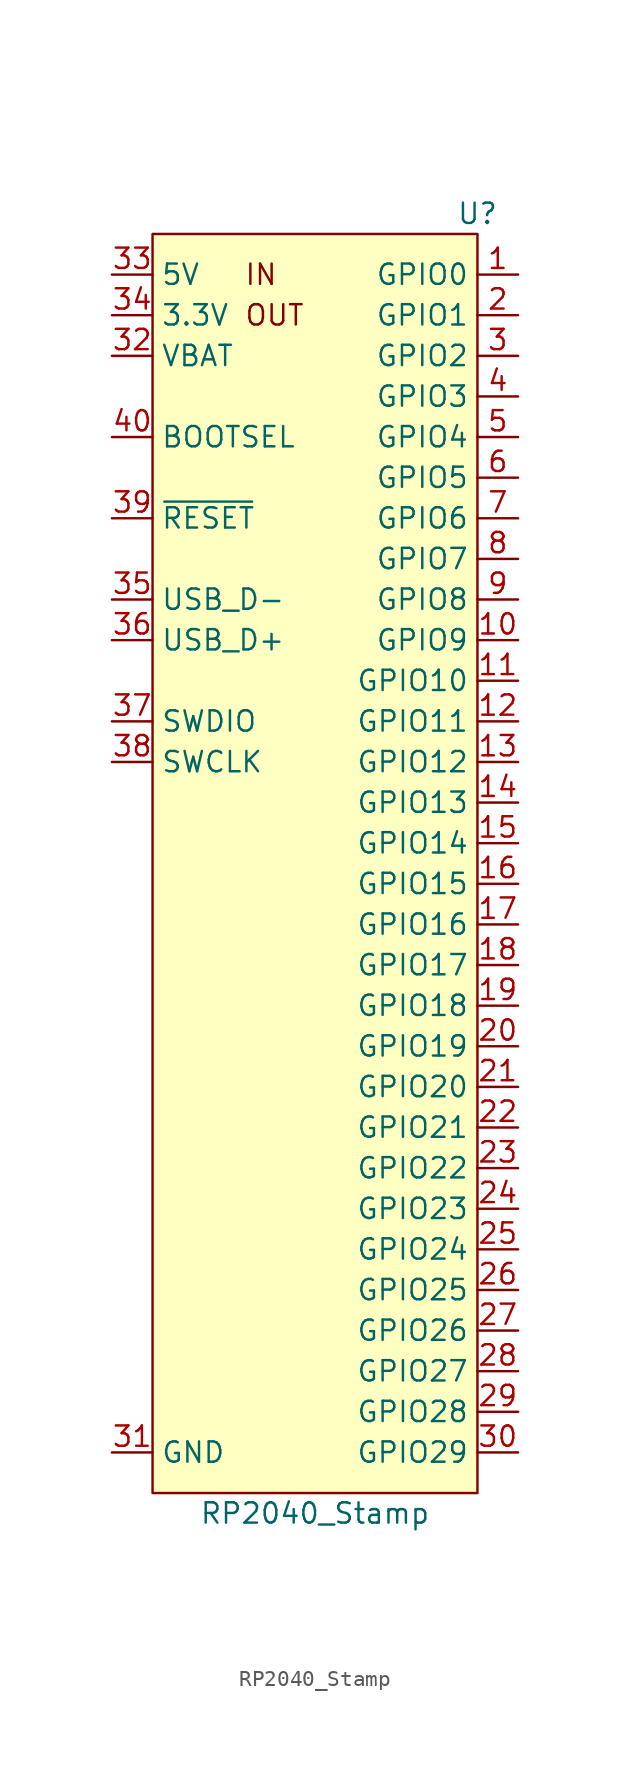
<source format=kicad_sym>
(kicad_symbol_lib
  (version 20201005)
  (generator kicad_symbol_editor)
  (symbol "RP2040_Stamp:RP2040_Stamp"
    (property "Reference" "U"
      (at 10.16 43.18 0)
      (effects (font (size 1.27 1.27))))
    (property "Value" "RP2040_Stamp"
      (at 0 -38.1 0)
      (effects (font (size 1.27 1.27))))
    (symbol "RP2040_Stamp_0_0"
      (text "IN" (at -4.445 39.37 0) (effects (font (size 1.27 1.27)) (justify left)))
      (text "OUT" (at -4.445 36.83 0) (effects (font (size 1.27 1.27)) (justify left)))
      (pin bidirectional line (at 12.7 39.37 180) (length 2.54) (name "GPIO0" (effects (font (size 1.27 1.27)))) (number "1" (effects (font (size 1.27 1.27)))))
      (pin bidirectional line (at 12.7 16.51 180) (length 2.54) (name "GPIO9" (effects (font (size 1.27 1.27)))) (number "10" (effects (font (size 1.27 1.27)))))
      (pin bidirectional line (at 12.7 13.97 180) (length 2.54) (name "GPIO10" (effects (font (size 1.27 1.27)))) (number "11" (effects (font (size 1.27 1.27)))))
      (pin bidirectional line (at 12.7 11.43 180) (length 2.54) (name "GPIO11" (effects (font (size 1.27 1.27)))) (number "12" (effects (font (size 1.27 1.27)))))
      (pin bidirectional line (at 12.7 8.89 180) (length 2.54) (name "GPIO12" (effects (font (size 1.27 1.27)))) (number "13" (effects (font (size 1.27 1.27)))))
      (pin bidirectional line (at 12.7 6.35 180) (length 2.54) (name "GPIO13" (effects (font (size 1.27 1.27)))) (number "14" (effects (font (size 1.27 1.27)))))
      (pin bidirectional line (at 12.7 3.81 180) (length 2.54) (name "GPIO14" (effects (font (size 1.27 1.27)))) (number "15" (effects (font (size 1.27 1.27)))))
      (pin bidirectional line (at 12.7 1.27 180) (length 2.54) (name "GPIO15" (effects (font (size 1.27 1.27)))) (number "16" (effects (font (size 1.27 1.27)))))
      (pin bidirectional line (at 12.7 -1.27 180) (length 2.54) (name "GPIO16" (effects (font (size 1.27 1.27)))) (number "17" (effects (font (size 1.27 1.27)))))
      (pin bidirectional line (at 12.7 -3.81 180) (length 2.54) (name "GPIO17" (effects (font (size 1.27 1.27)))) (number "18" (effects (font (size 1.27 1.27)))))
      (pin bidirectional line (at 12.7 -6.35 180) (length 2.54) (name "GPIO18" (effects (font (size 1.27 1.27)))) (number "19" (effects (font (size 1.27 1.27)))))
      (pin bidirectional line (at 12.7 36.83 180) (length 2.54) (name "GPIO1" (effects (font (size 1.27 1.27)))) (number "2" (effects (font (size 1.27 1.27)))))
      (pin bidirectional line (at 12.7 -8.89 180) (length 2.54) (name "GPIO19" (effects (font (size 1.27 1.27)))) (number "20" (effects (font (size 1.27 1.27)))))
      (pin bidirectional line (at 12.7 -11.43 180) (length 2.54) (name "GPIO20" (effects (font (size 1.27 1.27)))) (number "21" (effects (font (size 1.27 1.27)))))
      (pin bidirectional line (at 12.7 -13.97 180) (length 2.54) (name "GPIO21" (effects (font (size 1.27 1.27)))) (number "22" (effects (font (size 1.27 1.27)))) (alternate "NEOPIXEL" output line))
      (pin bidirectional line (at 12.7 -16.51 180) (length 2.54) (name "GPIO22" (effects (font (size 1.27 1.27)))) (number "23" (effects (font (size 1.27 1.27)))))
      (pin bidirectional line (at 12.7 -19.05 180) (length 2.54) (name "GPIO23" (effects (font (size 1.27 1.27)))) (number "24" (effects (font (size 1.27 1.27)))))
      (pin bidirectional line (at 12.7 -21.59 180) (length 2.54) (name "GPIO24" (effects (font (size 1.27 1.27)))) (number "25" (effects (font (size 1.27 1.27)))))
      (pin bidirectional line (at 12.7 -24.13 180) (length 2.54) (name "GPIO25" (effects (font (size 1.27 1.27)))) (number "26" (effects (font (size 1.27 1.27)))))
      (pin bidirectional line (at 12.7 -26.67 180) (length 2.54) (name "GPIO26" (effects (font (size 1.27 1.27)))) (number "27" (effects (font (size 1.27 1.27)))) (alternate "A0" input line))
      (pin bidirectional line (at 12.7 -29.21 180) (length 2.54) (name "GPIO27" (effects (font (size 1.27 1.27)))) (number "28" (effects (font (size 1.27 1.27)))) (alternate "A1" input line))
      (pin bidirectional line (at 12.7 -31.75 180) (length 2.54) (name "GPIO28" (effects (font (size 1.27 1.27)))) (number "29" (effects (font (size 1.27 1.27)))) (alternate "A2" input line))
      (pin bidirectional line (at 12.7 34.29 180) (length 2.54) (name "GPIO2" (effects (font (size 1.27 1.27)))) (number "3" (effects (font (size 1.27 1.27)))))
      (pin bidirectional line (at 12.7 -34.29 180) (length 2.54) (name "GPIO29" (effects (font (size 1.27 1.27)))) (number "30" (effects (font (size 1.27 1.27)))) (alternate "A3" input line))
      (pin bidirectional line (at -12.7 -34.29 0) (length 2.54) (name "GND" (effects (font (size 1.27 1.27)))) (number "31" (effects (font (size 1.27 1.27)))))
      (pin bidirectional line (at -12.7 34.29 0) (length 2.54) (name "VBAT" (effects (font (size 1.27 1.27)))) (number "32" (effects (font (size 1.27 1.27)))))
      (pin bidirectional line (at -12.7 39.37 0) (length 2.54) (name "5V" (effects (font (size 1.27 1.27)))) (number "33" (effects (font (size 1.27 1.27)))))
      (pin bidirectional line (at -12.7 36.83 0) (length 2.54) (name "3.3V" (effects (font (size 1.27 1.27)))) (number "34" (effects (font (size 1.27 1.27)))))
      (pin bidirectional line (at -12.7 19.05 0) (length 2.54) (name "USB_D-" (effects (font (size 1.27 1.27)))) (number "35" (effects (font (size 1.27 1.27)))))
      (pin bidirectional line (at -12.7 16.51 0) (length 2.54) (name "USB_D+" (effects (font (size 1.27 1.27)))) (number "36" (effects (font (size 1.27 1.27)))))
      (pin bidirectional line (at -12.7 11.43 0) (length 2.54) (name "SWDIO" (effects (font (size 1.27 1.27)))) (number "37" (effects (font (size 1.27 1.27)))))
      (pin bidirectional line (at -12.7 8.89 0) (length 2.54) (name "SWCLK" (effects (font (size 1.27 1.27)))) (number "38" (effects (font (size 1.27 1.27)))))
      (pin bidirectional line (at -12.7 24.13 0) (length 2.54) (name "~RESET~" (effects (font (size 1.27 1.27)))) (number "39" (effects (font (size 1.27 1.27)))))
      (pin bidirectional line (at 12.7 31.75 180) (length 2.54) (name "GPIO3" (effects (font (size 1.27 1.27)))) (number "4" (effects (font (size 1.27 1.27)))))
      (pin bidirectional line (at -12.7 29.21 0) (length 2.54) (name "BOOTSEL" (effects (font (size 1.27 1.27)))) (number "40" (effects (font (size 1.27 1.27)))))
      (pin bidirectional line (at 12.7 29.21 180) (length 2.54) (name "GPIO4" (effects (font (size 1.27 1.27)))) (number "5" (effects (font (size 1.27 1.27)))))
      (pin bidirectional line (at 12.7 26.67 180) (length 2.54) (name "GPIO5" (effects (font (size 1.27 1.27)))) (number "6" (effects (font (size 1.27 1.27)))))
      (pin bidirectional line (at 12.7 24.13 180) (length 2.54) (name "GPIO6" (effects (font (size 1.27 1.27)))) (number "7" (effects (font (size 1.27 1.27)))))
      (pin bidirectional line (at 12.7 21.59 180) (length 2.54) (name "GPIO7" (effects (font (size 1.27 1.27)))) (number "8" (effects (font (size 1.27 1.27)))))
      (pin bidirectional line (at 12.7 19.05 180) (length 2.54) (name "GPIO8" (effects (font (size 1.27 1.27)))) (number "9" (effects (font (size 1.27 1.27))))))
    (symbol "RP2040_Stamp_0_1"
      (rectangle (start -10.16 41.91) (end 10.16 -36.83) (stroke (width 0.152)) (fill (type background))))))
</source>
